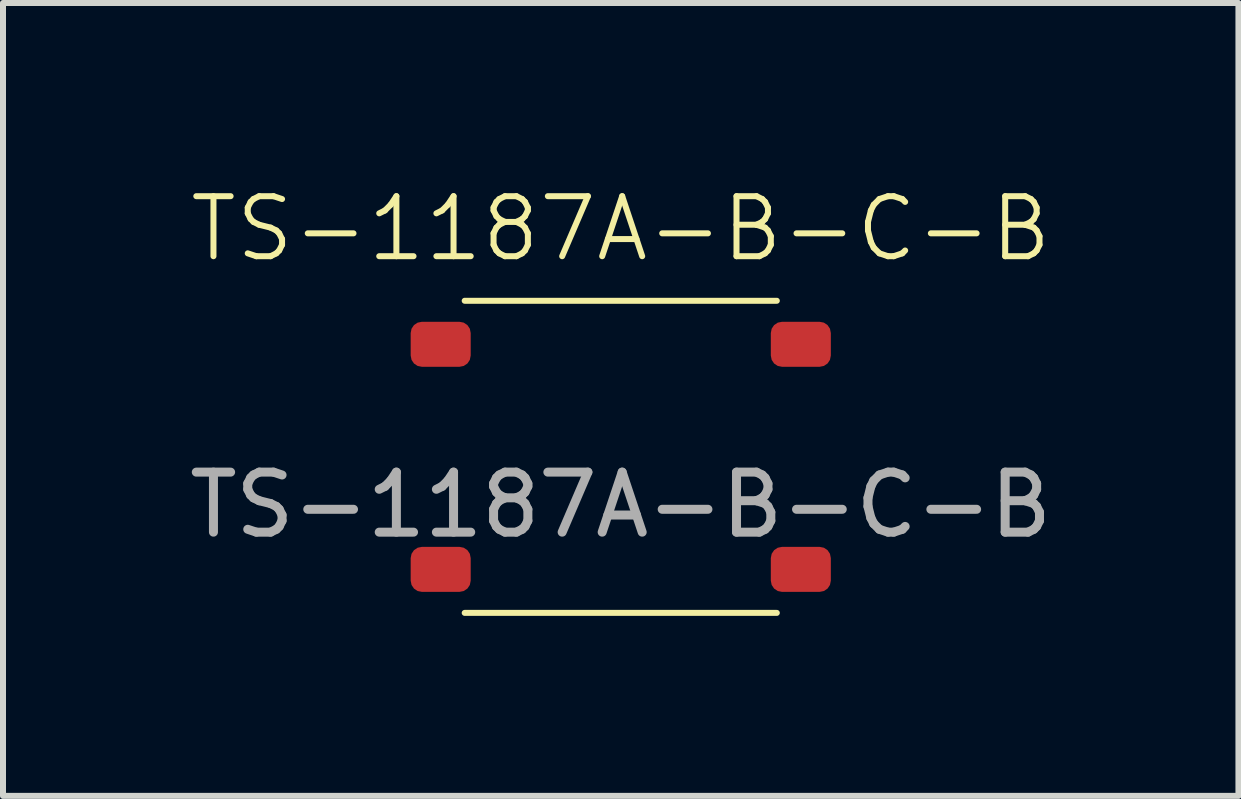
<source format=kicad_pcb>
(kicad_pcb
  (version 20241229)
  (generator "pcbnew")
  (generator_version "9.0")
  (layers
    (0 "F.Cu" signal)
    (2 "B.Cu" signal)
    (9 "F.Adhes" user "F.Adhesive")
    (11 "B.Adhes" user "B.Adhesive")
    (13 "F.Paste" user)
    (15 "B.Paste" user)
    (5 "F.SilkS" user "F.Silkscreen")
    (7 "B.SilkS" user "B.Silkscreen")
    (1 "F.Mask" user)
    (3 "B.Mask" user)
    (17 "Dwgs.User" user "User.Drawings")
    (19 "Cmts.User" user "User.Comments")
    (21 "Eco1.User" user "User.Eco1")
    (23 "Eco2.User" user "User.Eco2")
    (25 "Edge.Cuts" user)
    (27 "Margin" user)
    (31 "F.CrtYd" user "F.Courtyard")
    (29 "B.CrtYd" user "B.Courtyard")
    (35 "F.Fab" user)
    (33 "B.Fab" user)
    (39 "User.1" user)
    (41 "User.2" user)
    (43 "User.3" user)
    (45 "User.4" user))
  (footprint "TS-1187A-B-C-B"
    (layer "F.Cu")
    (at 7.292 4.561)
    (property "Reference" "TS-1187A-B-C-B" (at 0 -3.8 0) (unlocked yes) (layer "F.SilkS") (effects (font (size 1 1) (thickness 0.1))))
    (attr smd)
    (fp_line (start -2.6 -2.6) (end 2.6 -2.6) (stroke (width 0.1) (type default)) (layer "F.SilkS"))
    (fp_line (start -2.6 2.6) (end 2.6 2.6) (stroke (width 0.1) (type default)) (layer "F.SilkS"))
    (fp_text user "${REFERENCE}" (at 0 0.8 0) (unlocked yes) (layer "F.Fab") (effects (font (size 1 1) (thickness 0.15))))
    (pad "1" smd roundrect (at -3 -1.875) (size 1 0.75) (layers "F.Cu" "F.Mask" "F.Paste") (roundrect_rratio 0.25))
    (pad "1" smd roundrect (at 3 -1.875) (size 1 0.75) (layers "F.Cu" "F.Mask" "F.Paste") (roundrect_rratio 0.25))
    (pad "2" smd roundrect (at -3 1.875 180) (size 1 0.75) (layers "F.Cu" "F.Mask" "F.Paste") (roundrect_rratio 0.25))
    (pad "2" smd roundrect (at 3 1.875 180) (size 1 0.75) (layers "F.Cu" "F.Mask" "F.Paste") (roundrect_rratio 0.25)))
  (gr_rect
    (start -3 -3)
    (end 17.583 10.21)
    (stroke (width 0.1) (type default))
    (fill no)
    (layer "Edge.Cuts")))
</source>
